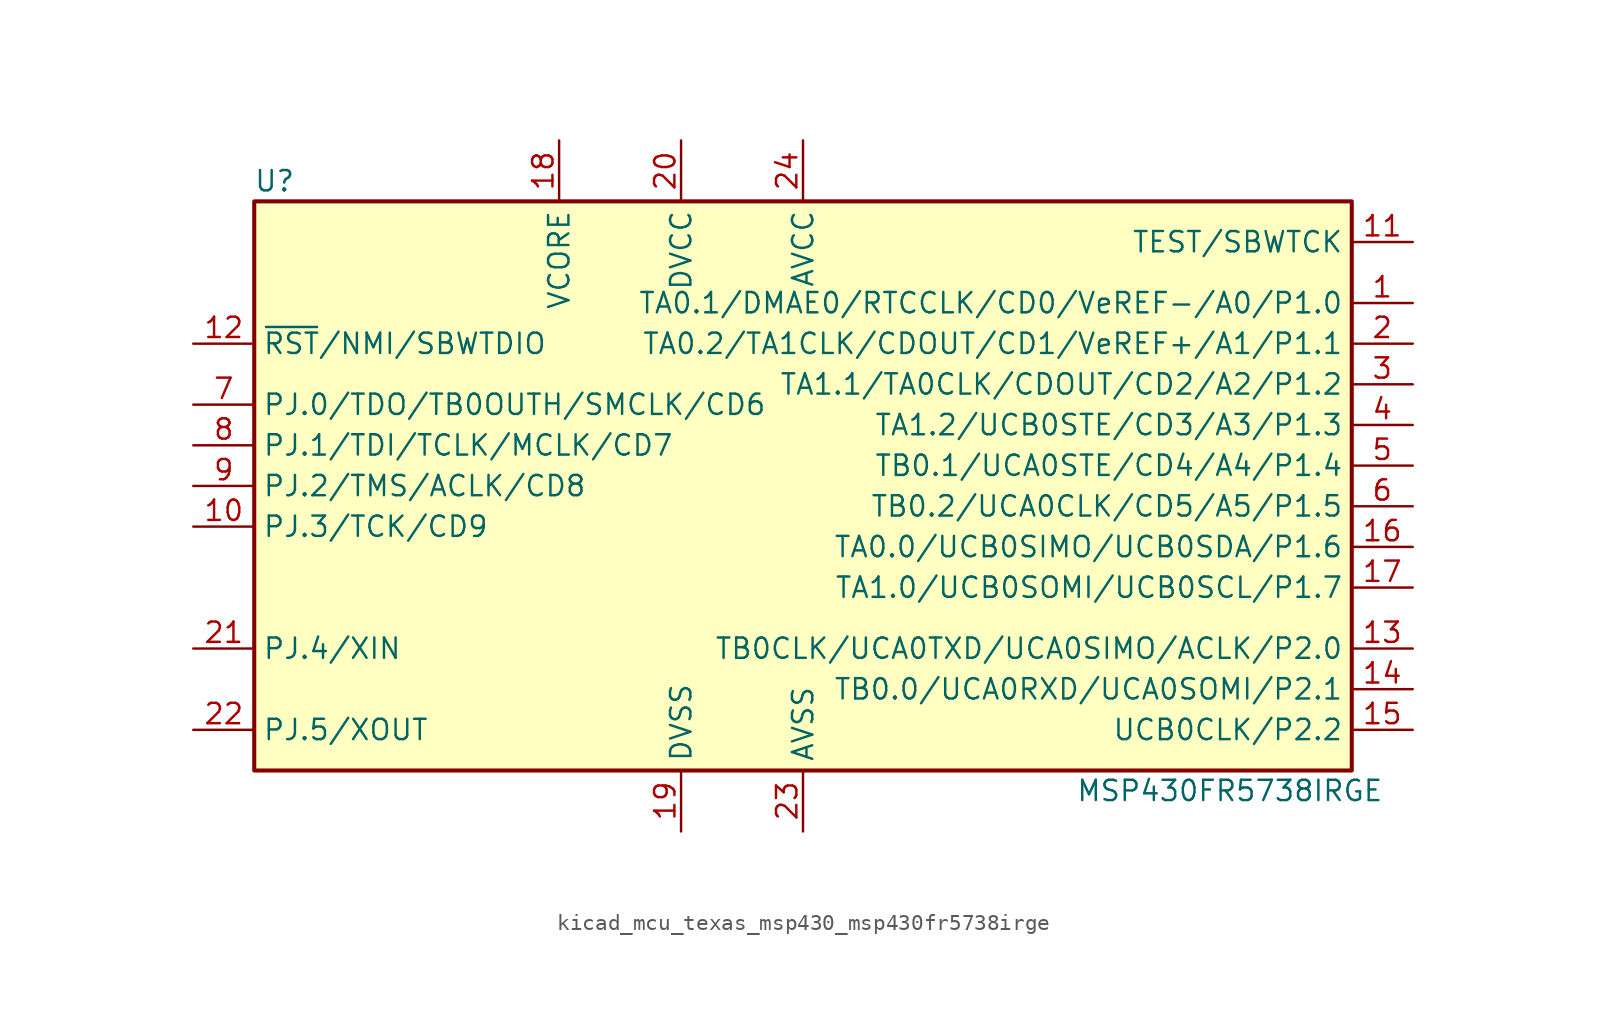
<source format=kicad_sym>
(kicad_symbol_lib
  (version 20220914)
  (generator kicad_symbol_editor)
  (symbol "kicad_mcu_texas_msp430_msp430fr5738irge"
    (property "Reference" "U"
      (at -33.02 19.05 0)
      (effects (font (size 1.27 1.27))))
    (property "Value" "MSP430FR5738IRGE"
      (at 26.67 -19.05 0)
      (effects (font (size 1.27 1.27))))
    (symbol "kicad_mcu_texas_msp430_msp430fr5738irge_0_1"
      (rectangle (start -34.29 17.78) (end 34.29 -17.78) (stroke (width 0.254) (type default)) (fill (type background))))
    (symbol "kicad_mcu_texas_msp430_msp430fr5738irge_1_1"
      (pin bidirectional line (at 38.1 11.43 180) (length 3.81) (name "TA0.1/DMAE0/RTCCLK/CD0/VeREF-/A0/P1.0" (effects (font (size 1.27 1.27)))) (number "1" (effects (font (size 1.27 1.27)))))
      (pin bidirectional line (at -38.1 -2.54 0) (length 3.81) (name "PJ.3/TCK/CD9" (effects (font (size 1.27 1.27)))) (number "10" (effects (font (size 1.27 1.27)))))
      (pin input line (at 38.1 15.24 180) (length 3.81) (name "TEST/SBWTCK" (effects (font (size 1.27 1.27)))) (number "11" (effects (font (size 1.27 1.27)))))
      (pin input line (at -38.1 8.89 0) (length 3.81) (name "~{RST}/NMI/SBWTDIO" (effects (font (size 1.27 1.27)))) (number "12" (effects (font (size 1.27 1.27)))))
      (pin input line (at 38.1 -10.16 180) (length 3.81) (name "TB0CLK/UCA0TXD/UCA0SIMO/ACLK/P2.0" (effects (font (size 1.27 1.27)))) (number "13" (effects (font (size 1.27 1.27)))))
      (pin input line (at 38.1 -12.7 180) (length 3.81) (name "TB0.0/UCA0RXD/UCA0SOMI/P2.1" (effects (font (size 1.27 1.27)))) (number "14" (effects (font (size 1.27 1.27)))))
      (pin input line (at 38.1 -15.24 180) (length 3.81) (name "UCB0CLK/P2.2" (effects (font (size 1.27 1.27)))) (number "15" (effects (font (size 1.27 1.27)))))
      (pin input line (at 38.1 -3.81 180) (length 3.81) (name "TA0.0/UCB0SIMO/UCB0SDA/P1.6" (effects (font (size 1.27 1.27)))) (number "16" (effects (font (size 1.27 1.27)))))
      (pin input line (at 38.1 -6.35 180) (length 3.81) (name "TA1.0/UCB0SOMI/UCB0SCL/P1.7" (effects (font (size 1.27 1.27)))) (number "17" (effects (font (size 1.27 1.27)))))
      (pin input line (at -15.24 21.59 270) (length 3.81) (name "VCORE" (effects (font (size 1.27 1.27)))) (number "18" (effects (font (size 1.27 1.27)))))
      (pin power_in line (at -7.62 -21.59 90) (length 3.81) (name "DVSS" (effects (font (size 1.27 1.27)))) (number "19" (effects (font (size 1.27 1.27)))))
      (pin bidirectional line (at 38.1 8.89 180) (length 3.81) (name "TA0.2/TA1CLK/CDOUT/CD1/VeREF+/A1/P1.1" (effects (font (size 1.27 1.27)))) (number "2" (effects (font (size 1.27 1.27)))))
      (pin power_in line (at -7.62 21.59 270) (length 3.81) (name "DVCC" (effects (font (size 1.27 1.27)))) (number "20" (effects (font (size 1.27 1.27)))))
      (pin input line (at -38.1 -10.16 0) (length 3.81) (name "PJ.4/XIN" (effects (font (size 1.27 1.27)))) (number "21" (effects (font (size 1.27 1.27)))))
      (pin input line (at -38.1 -15.24 0) (length 3.81) (name "PJ.5/XOUT" (effects (font (size 1.27 1.27)))) (number "22" (effects (font (size 1.27 1.27)))))
      (pin power_in line (at 0 -21.59 90) (length 3.81) (name "AVSS" (effects (font (size 1.27 1.27)))) (number "23" (effects (font (size 1.27 1.27)))))
      (pin power_in line (at 0 21.59 270) (length 3.81) (name "AVCC" (effects (font (size 1.27 1.27)))) (number "24" (effects (font (size 1.27 1.27)))))
      (pin bidirectional line (at 38.1 6.35 180) (length 3.81) (name "TA1.1/TA0CLK/CDOUT/CD2/A2/P1.2" (effects (font (size 1.27 1.27)))) (number "3" (effects (font (size 1.27 1.27)))))
      (pin bidirectional line (at 38.1 3.81 180) (length 3.81) (name "TA1.2/UCB0STE/CD3/A3/P1.3" (effects (font (size 1.27 1.27)))) (number "4" (effects (font (size 1.27 1.27)))))
      (pin bidirectional line (at 38.1 1.27 180) (length 3.81) (name "TB0.1/UCA0STE/CD4/A4/P1.4" (effects (font (size 1.27 1.27)))) (number "5" (effects (font (size 1.27 1.27)))))
      (pin bidirectional line (at 38.1 -1.27 180) (length 3.81) (name "TB0.2/UCA0CLK/CD5/A5/P1.5" (effects (font (size 1.27 1.27)))) (number "6" (effects (font (size 1.27 1.27)))))
      (pin bidirectional line (at -38.1 5.08 0) (length 3.81) (name "PJ.0/TDO/TB0OUTH/SMCLK/CD6" (effects (font (size 1.27 1.27)))) (number "7" (effects (font (size 1.27 1.27)))))
      (pin bidirectional line (at -38.1 2.54 0) (length 3.81) (name "PJ.1/TDI/TCLK/MCLK/CD7" (effects (font (size 1.27 1.27)))) (number "8" (effects (font (size 1.27 1.27)))))
      (pin bidirectional line (at -38.1 0 0) (length 3.81) (name "PJ.2/TMS/ACLK/CD8" (effects (font (size 1.27 1.27)))) (number "9" (effects (font (size 1.27 1.27))))))))
</source>
